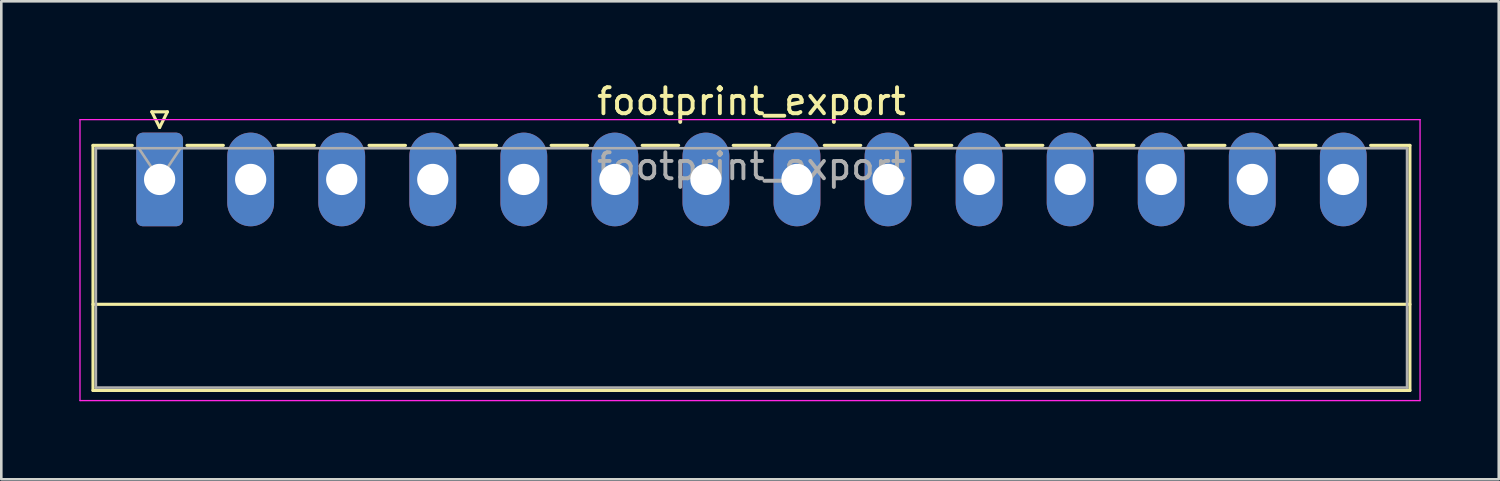
<source format=kicad_pcb>
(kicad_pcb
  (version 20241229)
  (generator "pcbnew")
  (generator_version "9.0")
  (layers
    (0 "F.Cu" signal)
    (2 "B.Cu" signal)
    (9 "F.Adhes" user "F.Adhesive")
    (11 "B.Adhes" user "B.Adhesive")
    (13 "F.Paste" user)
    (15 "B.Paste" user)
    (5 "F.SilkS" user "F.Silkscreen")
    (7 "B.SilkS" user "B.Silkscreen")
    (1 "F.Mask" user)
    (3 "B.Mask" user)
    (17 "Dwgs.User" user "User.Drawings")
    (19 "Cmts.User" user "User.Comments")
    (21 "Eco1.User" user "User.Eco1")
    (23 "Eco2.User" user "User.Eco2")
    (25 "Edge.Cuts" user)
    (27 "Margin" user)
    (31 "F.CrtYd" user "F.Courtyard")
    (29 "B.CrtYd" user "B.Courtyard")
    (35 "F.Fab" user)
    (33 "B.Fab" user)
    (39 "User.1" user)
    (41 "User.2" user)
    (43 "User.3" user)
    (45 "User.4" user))
  (footprint "footprint_export"
    (layer "F.Cu")
    (at 3.085 3.848)
    (property "Reference" "footprint_export" (at 22.75 -3 0) (layer "F.SilkS") (effects (font (size 1 1) (thickness 0.15))))
    (attr through_hole)
    (fp_line (start -2.56 -1.31) (end -2.56 8.11) (stroke (width 0.12) (type solid)) (layer "F.SilkS"))
    (fp_line (start -2.56 -1.31) (end -1.05 -1.31) (stroke (width 0.12) (type solid)) (layer "F.SilkS"))
    (fp_line (start -2.56 4.8) (end 48.06 4.8) (stroke (width 0.12) (type solid)) (layer "F.SilkS"))
    (fp_line (start -2.56 8.11) (end 48.06 8.11) (stroke (width 0.12) (type solid)) (layer "F.SilkS"))
    (fp_line (start -0.3 -2.6) (end 0.3 -2.6) (stroke (width 0.12) (type solid)) (layer "F.SilkS"))
    (fp_line (start 0 -2) (end -0.3 -2.6) (stroke (width 0.12) (type solid)) (layer "F.SilkS"))
    (fp_line (start 0.3 -2.6) (end 0 -2) (stroke (width 0.12) (type solid)) (layer "F.SilkS"))
    (fp_line (start 1.05 -1.31) (end 2.45 -1.31) (stroke (width 0.12) (type solid)) (layer "F.SilkS"))
    (fp_line (start 4.55 -1.31) (end 5.95 -1.31) (stroke (width 0.12) (type solid)) (layer "F.SilkS"))
    (fp_line (start 8.05 -1.31) (end 9.45 -1.31) (stroke (width 0.12) (type solid)) (layer "F.SilkS"))
    (fp_line (start 11.55 -1.31) (end 12.95 -1.31) (stroke (width 0.12) (type solid)) (layer "F.SilkS"))
    (fp_line (start 15.05 -1.31) (end 16.45 -1.31) (stroke (width 0.12) (type solid)) (layer "F.SilkS"))
    (fp_line (start 18.55 -1.31) (end 19.95 -1.31) (stroke (width 0.12) (type solid)) (layer "F.SilkS"))
    (fp_line (start 22.05 -1.31) (end 23.45 -1.31) (stroke (width 0.12) (type solid)) (layer "F.SilkS"))
    (fp_line (start 25.55 -1.31) (end 26.95 -1.31) (stroke (width 0.12) (type solid)) (layer "F.SilkS"))
    (fp_line (start 29.05 -1.31) (end 30.45 -1.31) (stroke (width 0.12) (type solid)) (layer "F.SilkS"))
    (fp_line (start 32.55 -1.31) (end 33.95 -1.31) (stroke (width 0.12) (type solid)) (layer "F.SilkS"))
    (fp_line (start 36.05 -1.31) (end 37.45 -1.31) (stroke (width 0.12) (type solid)) (layer "F.SilkS"))
    (fp_line (start 39.55 -1.31) (end 40.95 -1.31) (stroke (width 0.12) (type solid)) (layer "F.SilkS"))
    (fp_line (start 43.05 -1.31) (end 44.45 -1.31) (stroke (width 0.12) (type solid)) (layer "F.SilkS"))
    (fp_line (start 48.06 -1.31) (end 46.55 -1.31) (stroke (width 0.12) (type solid)) (layer "F.SilkS"))
    (fp_line (start 48.06 8.11) (end 48.06 -1.31) (stroke (width 0.12) (type solid)) (layer "F.SilkS"))
    (fp_line (start -3.06 -2.3) (end -3.06 8.5) (stroke (width 0.05) (type solid)) (layer "F.CrtYd"))
    (fp_line (start -3.06 8.5) (end 48.45 8.5) (stroke (width 0.05) (type solid)) (layer "F.CrtYd"))
    (fp_line (start 48.45 -2.3) (end -3.06 -2.3) (stroke (width 0.05) (type solid)) (layer "F.CrtYd"))
    (fp_line (start 48.45 8.5) (end 48.45 -2.3) (stroke (width 0.05) (type solid)) (layer "F.CrtYd"))
    (fp_line (start -2.45 -1.2) (end -2.45 8) (stroke (width 0.1) (type solid)) (layer "F.Fab"))
    (fp_line (start -2.45 8) (end 47.95 8) (stroke (width 0.1) (type solid)) (layer "F.Fab"))
    (fp_line (start 0 0) (end -0.8 -1.2) (stroke (width 0.1) (type solid)) (layer "F.Fab"))
    (fp_line (start 0.8 -1.2) (end 0 0) (stroke (width 0.1) (type solid)) (layer "F.Fab"))
    (fp_line (start 47.95 -1.2) (end -2.45 -1.2) (stroke (width 0.1) (type solid)) (layer "F.Fab"))
    (fp_line (start 47.95 8) (end 47.95 -1.2) (stroke (width 0.1) (type solid)) (layer "F.Fab"))
    (fp_text user "${REFERENCE}" (at 22.75 -0.5 0) (layer "F.Fab") (effects (font (size 1 1) (thickness 0.15))))
    (pad "1" thru_hole roundrect (at 0 0) (size 1.8 3.6) (drill 1.2) (layers "*.Cu" "*.Mask") (roundrect_rratio 0.139))
    (pad "2" thru_hole oval (at 3.5 0) (size 1.8 3.6) (drill 1.2) (layers "*.Cu" "*.Mask"))
    (pad "3" thru_hole oval (at 7 0) (size 1.8 3.6) (drill 1.2) (layers "*.Cu" "*.Mask"))
    (pad "4" thru_hole oval (at 10.5 0) (size 1.8 3.6) (drill 1.2) (layers "*.Cu" "*.Mask"))
    (pad "5" thru_hole oval (at 14 0) (size 1.8 3.6) (drill 1.2) (layers "*.Cu" "*.Mask"))
    (pad "6" thru_hole oval (at 17.5 0) (size 1.8 3.6) (drill 1.2) (layers "*.Cu" "*.Mask"))
    (pad "7" thru_hole oval (at 21 0) (size 1.8 3.6) (drill 1.2) (layers "*.Cu" "*.Mask"))
    (pad "8" thru_hole oval (at 24.5 0) (size 1.8 3.6) (drill 1.2) (layers "*.Cu" "*.Mask"))
    (pad "9" thru_hole oval (at 28 0) (size 1.8 3.6) (drill 1.2) (layers "*.Cu" "*.Mask"))
    (pad "10" thru_hole oval (at 31.5 0) (size 1.8 3.6) (drill 1.2) (layers "*.Cu" "*.Mask"))
    (pad "11" thru_hole oval (at 35 0) (size 1.8 3.6) (drill 1.2) (layers "*.Cu" "*.Mask"))
    (pad "12" thru_hole oval (at 38.5 0) (size 1.8 3.6) (drill 1.2) (layers "*.Cu" "*.Mask"))
    (pad "13" thru_hole oval (at 42 0) (size 1.8 3.6) (drill 1.2) (layers "*.Cu" "*.Mask"))
    (pad "14" thru_hole oval (at 45.5 0) (size 1.8 3.6) (drill 1.2) (layers "*.Cu" "*.Mask")))
  (gr_rect
    (start -3 -3)
    (end 54.56 15.373)
    (stroke (width 0.1) (type default))
    (fill no)
    (layer "Edge.Cuts")))
</source>
